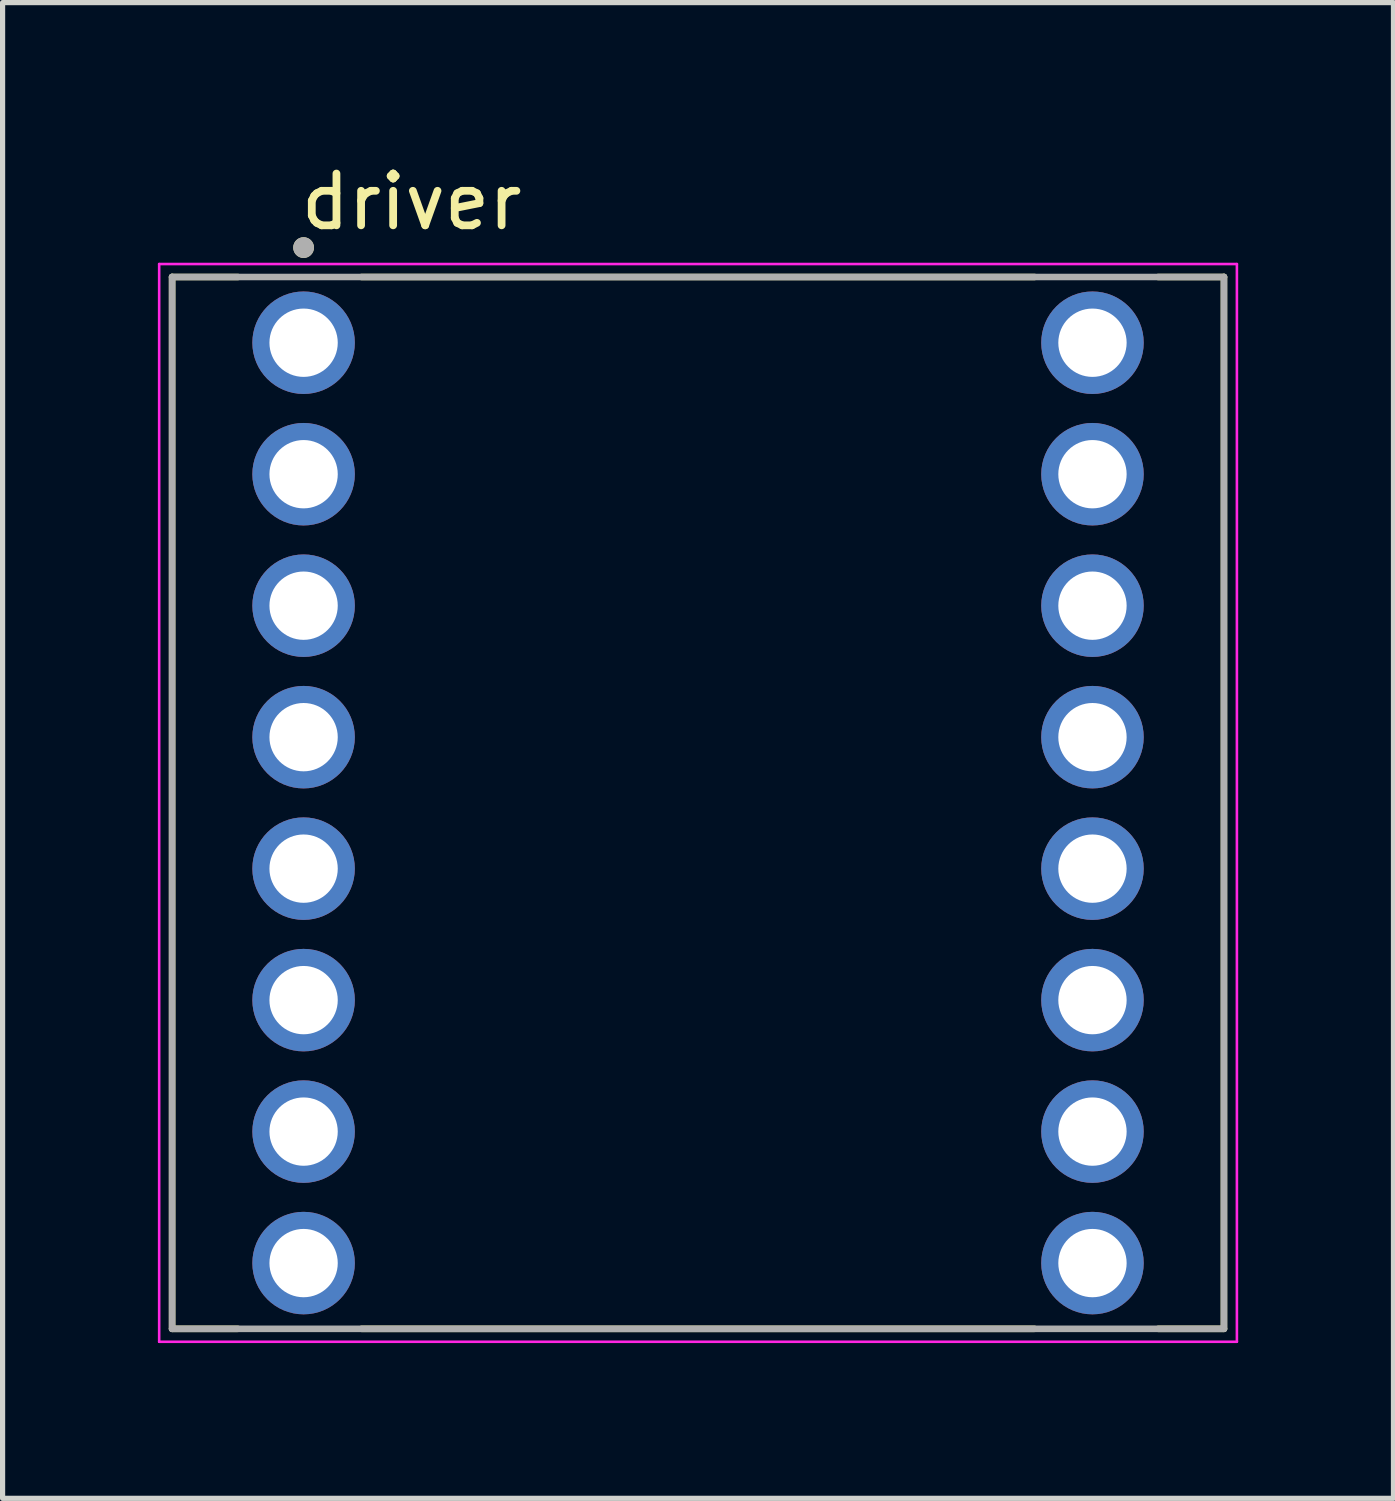
<source format=kicad_pcb>
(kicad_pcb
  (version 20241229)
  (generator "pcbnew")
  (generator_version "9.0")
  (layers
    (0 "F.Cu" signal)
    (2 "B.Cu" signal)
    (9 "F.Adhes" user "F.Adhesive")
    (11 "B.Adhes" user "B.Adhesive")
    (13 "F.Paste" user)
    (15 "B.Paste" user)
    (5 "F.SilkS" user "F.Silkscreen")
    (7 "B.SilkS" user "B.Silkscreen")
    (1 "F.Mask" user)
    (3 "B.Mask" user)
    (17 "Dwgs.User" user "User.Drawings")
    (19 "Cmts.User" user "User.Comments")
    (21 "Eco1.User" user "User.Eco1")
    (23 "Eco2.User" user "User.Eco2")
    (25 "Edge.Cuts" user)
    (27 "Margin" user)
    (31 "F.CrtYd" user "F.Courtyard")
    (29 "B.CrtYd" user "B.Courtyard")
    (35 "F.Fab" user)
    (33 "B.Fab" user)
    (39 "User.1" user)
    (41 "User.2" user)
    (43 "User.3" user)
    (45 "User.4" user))
  (footprint "driver"
    (layer "F.Cu")
    (at 10.435 12.461)
    (property "Reference" "driver" (at -5.533 -11.613 0) (layer "F.SilkS") (effects (font (size 1 1) (thickness 0.15))))
    (attr through_hole)
    (fp_line (start -10.16 -10.16) (end -10.16 10.16) (stroke (width 0.127) (type solid)) (layer "F.SilkS"))
    (fp_line (start -8.89 -10.16) (end -10.16 -10.16) (stroke (width 0.127) (type solid)) (layer "F.SilkS"))
    (fp_line (start -8.89 10.16) (end -10.16 10.16) (stroke (width 0.127) (type solid)) (layer "F.SilkS"))
    (fp_line (start -6.5 -10.16) (end 6.5 -10.16) (stroke (width 0.127) (type solid)) (layer "F.SilkS"))
    (fp_line (start -6.5 10.16) (end 6.5 10.16) (stroke (width 0.127) (type solid)) (layer "F.SilkS"))
    (fp_line (start 8.89 -10.16) (end 10.16 -10.16) (stroke (width 0.127) (type solid)) (layer "F.SilkS"))
    (fp_line (start 8.89 10.16) (end 10.16 10.16) (stroke (width 0.127) (type solid)) (layer "F.SilkS"))
    (fp_line (start 10.16 10.16) (end 10.16 -10.16) (stroke (width 0.127) (type solid)) (layer "F.SilkS"))
    (fp_circle (center -7.62 -10.728) (end -7.52 -10.728) (stroke (width 0.2) (type solid)) (fill no) (layer "F.SilkS"))
    (fp_line (start -10.41 -10.41) (end -10.41 10.41) (stroke (width 0.05) (type solid)) (layer "F.CrtYd"))
    (fp_line (start -10.41 10.41) (end 10.41 10.41) (stroke (width 0.05) (type solid)) (layer "F.CrtYd"))
    (fp_line (start 10.41 -10.41) (end -10.41 -10.41) (stroke (width 0.05) (type solid)) (layer "F.CrtYd"))
    (fp_line (start 10.41 10.41) (end 10.41 -10.41) (stroke (width 0.05) (type solid)) (layer "F.CrtYd"))
    (fp_line (start -10.16 -10.16) (end -10.16 10.16) (stroke (width 0.127) (type solid)) (layer "F.Fab"))
    (fp_line (start -10.16 10.16) (end 10.16 10.16) (stroke (width 0.127) (type solid)) (layer "F.Fab"))
    (fp_line (start 10.16 -10.16) (end -10.16 -10.16) (stroke (width 0.127) (type solid)) (layer "F.Fab"))
    (fp_line (start 10.16 10.16) (end 10.16 -10.16) (stroke (width 0.127) (type solid)) (layer "F.Fab"))
    (fp_circle (center -7.62 -10.728) (end -7.52 -10.728) (stroke (width 0.2) (type solid)) (fill no) (layer "F.Fab"))
    (pad "1" thru_hole circle (at -7.62 -8.89) (size 1.98 1.98) (drill 1.32) (layers "*.Cu" "*.Mask"))
    (pad "2" thru_hole circle (at -7.62 -6.35) (size 1.98 1.98) (drill 1.32) (layers "*.Cu" "*.Mask"))
    (pad "3" thru_hole circle (at -7.62 -3.81) (size 1.98 1.98) (drill 1.32) (layers "*.Cu" "*.Mask"))
    (pad "4" thru_hole circle (at -7.62 -1.27) (size 1.98 1.98) (drill 1.32) (layers "*.Cu" "*.Mask"))
    (pad "5" thru_hole circle (at -7.62 1.27) (size 1.98 1.98) (drill 1.32) (layers "*.Cu" "*.Mask"))
    (pad "6" thru_hole circle (at -7.62 3.81) (size 1.98 1.98) (drill 1.32) (layers "*.Cu" "*.Mask"))
    (pad "7" thru_hole circle (at -7.62 6.35) (size 1.98 1.98) (drill 1.32) (layers "*.Cu" "*.Mask"))
    (pad "8" thru_hole circle (at -7.62 8.89) (size 1.98 1.98) (drill 1.32) (layers "*.Cu" "*.Mask"))
    (pad "9" thru_hole circle (at 7.62 8.89) (size 1.98 1.98) (drill 1.32) (layers "*.Cu" "*.Mask"))
    (pad "10" thru_hole circle (at 7.62 6.35) (size 1.98 1.98) (drill 1.32) (layers "*.Cu" "*.Mask"))
    (pad "11" thru_hole circle (at 7.62 3.81) (size 1.98 1.98) (drill 1.32) (layers "*.Cu" "*.Mask"))
    (pad "12" thru_hole circle (at 7.62 1.27) (size 1.98 1.98) (drill 1.32) (layers "*.Cu" "*.Mask"))
    (pad "13" thru_hole circle (at 7.62 -1.27) (size 1.98 1.98) (drill 1.32) (layers "*.Cu" "*.Mask"))
    (pad "14" thru_hole circle (at 7.62 -3.81) (size 1.98 1.98) (drill 1.32) (layers "*.Cu" "*.Mask"))
    (pad "15" thru_hole circle (at 7.62 -6.35) (size 1.98 1.98) (drill 1.32) (layers "*.Cu" "*.Mask"))
    (pad "16" thru_hole circle (at 7.62 -8.89) (size 1.98 1.98) (drill 1.32) (layers "*.Cu" "*.Mask")))
  (gr_rect
    (start -3 -3)
    (end 23.87 25.896)
    (stroke (width 0.1) (type default))
    (fill no)
    (layer "Edge.Cuts")))
</source>
